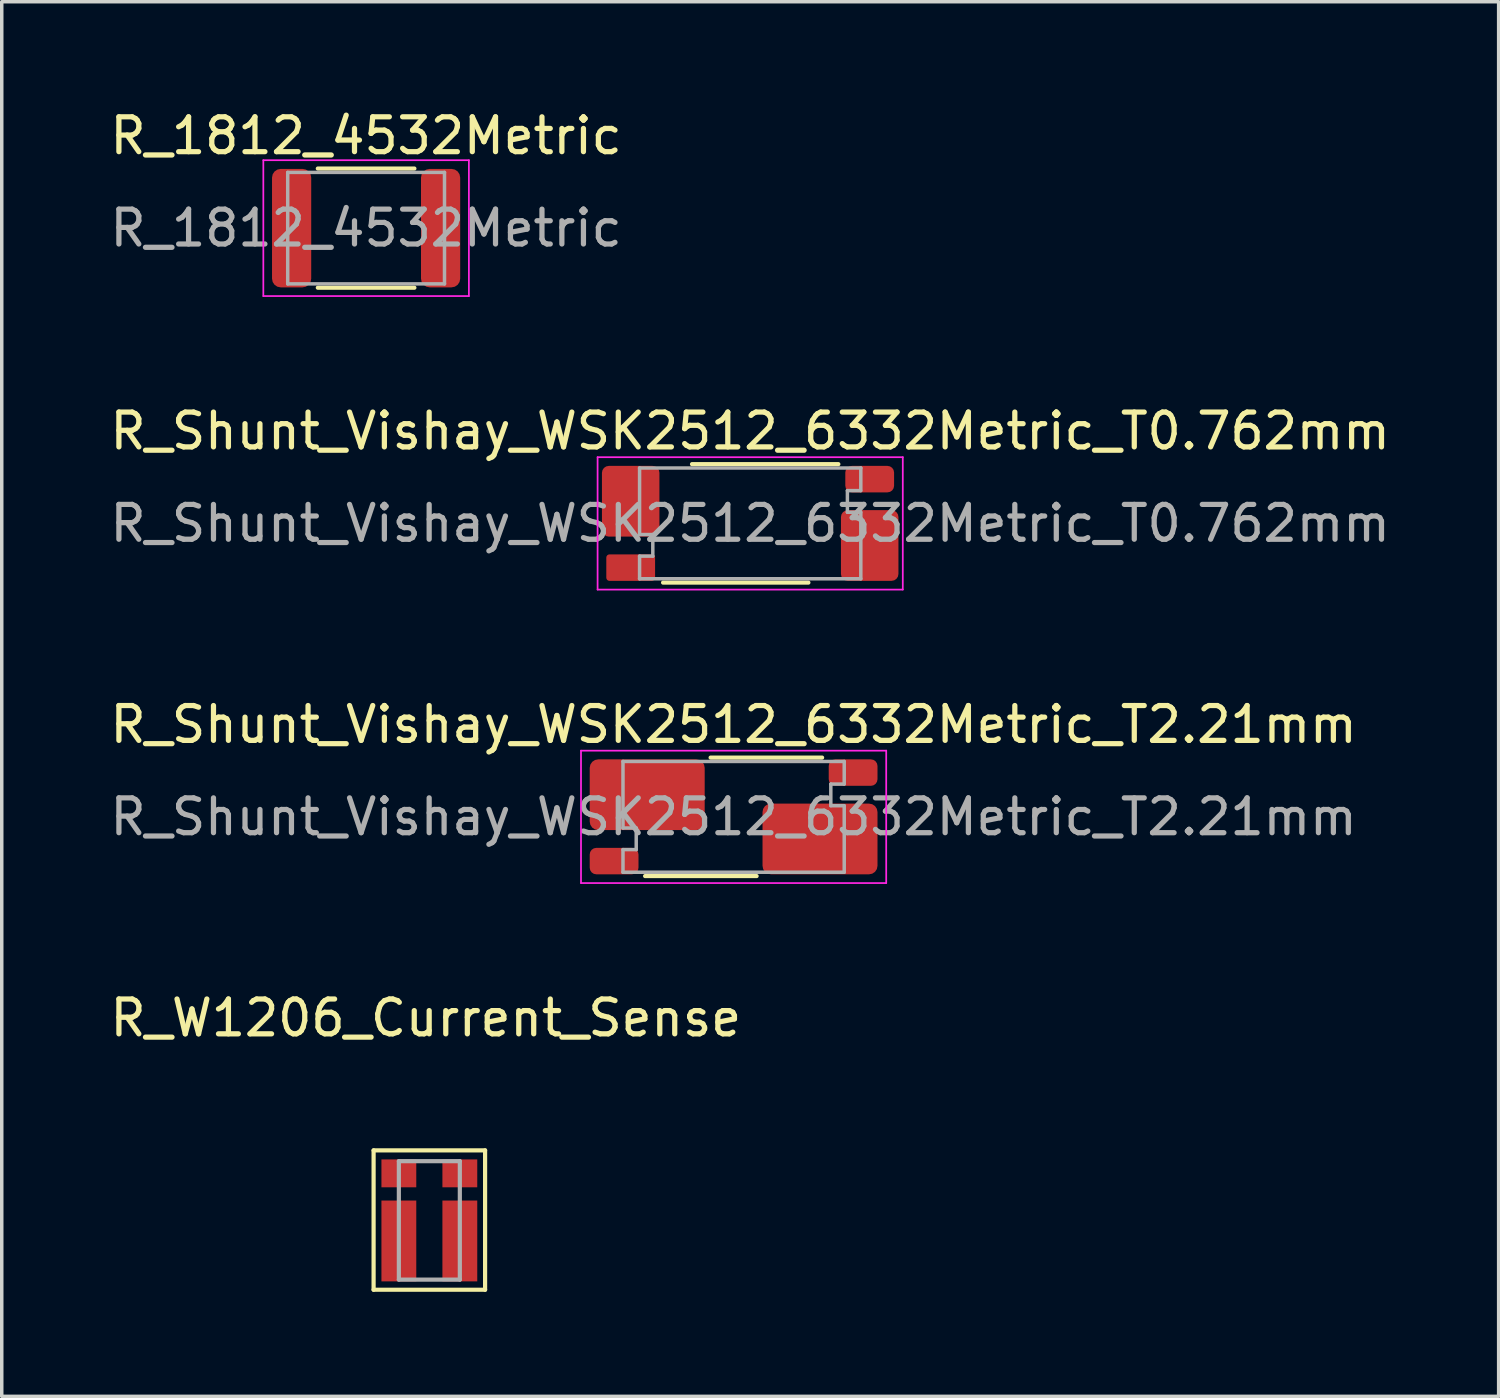
<source format=kicad_pcb>
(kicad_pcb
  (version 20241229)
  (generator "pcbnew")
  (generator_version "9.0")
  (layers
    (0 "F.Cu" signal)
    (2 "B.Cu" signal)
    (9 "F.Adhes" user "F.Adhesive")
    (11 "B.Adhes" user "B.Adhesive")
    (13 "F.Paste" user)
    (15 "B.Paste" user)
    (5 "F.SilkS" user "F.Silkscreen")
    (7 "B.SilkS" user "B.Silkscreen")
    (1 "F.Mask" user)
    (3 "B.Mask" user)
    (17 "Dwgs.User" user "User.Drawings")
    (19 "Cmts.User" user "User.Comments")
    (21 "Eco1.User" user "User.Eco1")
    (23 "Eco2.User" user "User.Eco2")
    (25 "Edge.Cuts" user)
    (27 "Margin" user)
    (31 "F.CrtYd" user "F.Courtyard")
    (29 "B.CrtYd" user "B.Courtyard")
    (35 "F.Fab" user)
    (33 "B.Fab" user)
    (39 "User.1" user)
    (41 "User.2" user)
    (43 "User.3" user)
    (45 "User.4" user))
  (footprint "R_W1206_Current_Sense"
    (layer "F.Cu")
    (at 9.273 32.568)
    (property "Reference" "R_W1206_Current_Sense" (at -0.1 -6.4 0) (layer "F.SilkS") (effects (font (size 1 1) (thickness 0.15))))
    (attr through_hole)
    (fp_line (start -1.6 -2.6) (end 1.6 -2.6) (stroke (width 0.12) (type solid)) (layer "F.SilkS"))
    (fp_line (start -1.6 1.4) (end -1.6 -2.6) (stroke (width 0.12) (type solid)) (layer "F.SilkS"))
    (fp_line (start 1.6 -2.6) (end 1.6 1.4) (stroke (width 0.12) (type solid)) (layer "F.SilkS"))
    (fp_line (start 1.6 1.4) (end -1.6 1.4) (stroke (width 0.12) (type solid)) (layer "F.SilkS"))
    (fp_line (start -0.875 -2.29) (end 0.875 -2.29) (stroke (width 0.12) (type solid)) (layer "F.Fab"))
    (fp_line (start -0.875 1.11) (end -0.875 -2.29) (stroke (width 0.12) (type solid)) (layer "F.Fab"))
    (fp_line (start 0.875 -2.29) (end 0.875 1.11) (stroke (width 0.12) (type solid)) (layer "F.Fab"))
    (fp_line (start 0.875 1.11) (end -0.875 1.11) (stroke (width 0.12) (type solid)) (layer "F.Fab"))
    (pad "1" smd rect (at -0.875 -1.94) (size 1 0.8) (layers "F.Cu" "F.Mask" "F.Paste"))
    (pad "2" smd rect (at -0.875 0) (size 1 2.32) (layers "F.Cu" "F.Mask" "F.Paste"))
    (pad "3" smd rect (at 0.875 0) (size 1 2.32) (layers "F.Cu" "F.Mask" "F.Paste"))
    (pad "4" smd rect (at 0.875 -1.94) (size 1 0.8) (layers "F.Cu" "F.Mask" "F.Paste")))
  (footprint "R_1812_4532Metric"
    (layer "F.Cu")
    (at 7.458 3.498)
    (property "Reference" "R_1812_4532Metric" (at 0 -2.65 0) (layer "F.SilkS") (effects (font (size 1 1) (thickness 0.15))))
    (attr smd)
    (fp_line (start -1.386 -1.71) (end 1.386 -1.71) (stroke (width 0.12) (type solid)) (layer "F.SilkS"))
    (fp_line (start -1.386 1.71) (end 1.386 1.71) (stroke (width 0.12) (type solid)) (layer "F.SilkS"))
    (fp_line (start -2.95 -1.95) (end 2.95 -1.95) (stroke (width 0.05) (type solid)) (layer "F.CrtYd"))
    (fp_line (start -2.95 1.95) (end -2.95 -1.95) (stroke (width 0.05) (type solid)) (layer "F.CrtYd"))
    (fp_line (start 2.95 -1.95) (end 2.95 1.95) (stroke (width 0.05) (type solid)) (layer "F.CrtYd"))
    (fp_line (start 2.95 1.95) (end -2.95 1.95) (stroke (width 0.05) (type solid)) (layer "F.CrtYd"))
    (fp_line (start -2.25 -1.6) (end 2.25 -1.6) (stroke (width 0.1) (type solid)) (layer "F.Fab"))
    (fp_line (start -2.25 1.6) (end -2.25 -1.6) (stroke (width 0.1) (type solid)) (layer "F.Fab"))
    (fp_line (start 2.25 -1.6) (end 2.25 1.6) (stroke (width 0.1) (type solid)) (layer "F.Fab"))
    (fp_line (start 2.25 1.6) (end -2.25 1.6) (stroke (width 0.1) (type solid)) (layer "F.Fab"))
    (fp_text user "${REFERENCE}" (at 0 0 0) (layer "F.Fab") (effects (font (size 1 1) (thickness 0.15))))
    (pad "1" smd roundrect (at -2.138 0) (size 1.125 3.4) (layers "F.Cu" "F.Mask" "F.Paste") (roundrect_rratio 0.222))
    (pad "2" smd roundrect (at 2.138 0) (size 1.125 3.4) (layers "F.Cu" "F.Mask" "F.Paste") (roundrect_rratio 0.222)))
  (footprint "R_Shunt_Vishay_WSK2512_6332Metric_T2.21mm"
    (layer "F.Cu")
    (at 18.006 20.395)
    (property "Reference" "R_Shunt_Vishay_WSK2512_6332Metric_T2.21mm" (at 0 -2.65 0) (layer "F.SilkS") (effects (font (size 1 1) (thickness 0.15))))
    (attr smd)
    (fp_line (start -2.54 1.7) (end 0.66 1.7) (stroke (width 0.12) (type solid)) (layer "F.SilkS"))
    (fp_line (start -0.66 -1.7) (end 2.54 -1.7) (stroke (width 0.12) (type solid)) (layer "F.SilkS"))
    (fp_line (start -4.38 -1.9) (end 4.38 -1.9) (stroke (width 0.05) (type solid)) (layer "F.CrtYd"))
    (fp_line (start -4.38 1.9) (end -4.38 -1.9) (stroke (width 0.05) (type solid)) (layer "F.CrtYd"))
    (fp_line (start 4.38 -1.9) (end 4.38 1.9) (stroke (width 0.05) (type solid)) (layer "F.CrtYd"))
    (fp_line (start 4.38 1.9) (end -4.38 1.9) (stroke (width 0.05) (type solid)) (layer "F.CrtYd"))
    (fp_line (start -3.175 -1.59) (end 3.175 -1.59) (stroke (width 0.1) (type solid)) (layer "F.Fab"))
    (fp_line (start -3.175 0.32) (end -3.175 -1.59) (stroke (width 0.1) (type solid)) (layer "F.Fab"))
    (fp_line (start -3.175 0.32) (end -2.795 0.32) (stroke (width 0.1) (type solid)) (layer "F.Fab"))
    (fp_line (start -3.175 0.94) (end -3.175 1.59) (stroke (width 0.1) (type solid)) (layer "F.Fab"))
    (fp_line (start -3.175 0.94) (end -2.795 0.94) (stroke (width 0.1) (type solid)) (layer "F.Fab"))
    (fp_line (start -2.795 0.94) (end -2.795 0.32) (stroke (width 0.1) (type solid)) (layer "F.Fab"))
    (fp_line (start 2.79 -0.94) (end 3.17 -0.94) (stroke (width 0.1) (type solid)) (layer "F.Fab"))
    (fp_line (start 2.79 -0.32) (end 2.79 -0.94) (stroke (width 0.1) (type solid)) (layer "F.Fab"))
    (fp_line (start 2.79 -0.32) (end 3.17 -0.32) (stroke (width 0.1) (type solid)) (layer "F.Fab"))
    (fp_line (start 3.175 -0.94) (end 3.175 -1.59) (stroke (width 0.1) (type solid)) (layer "F.Fab"))
    (fp_line (start 3.175 -0.32) (end 3.175 1.59) (stroke (width 0.1) (type solid)) (layer "F.Fab"))
    (fp_line (start 3.175 1.59) (end -3.175 1.59) (stroke (width 0.1) (type solid)) (layer "F.Fab"))
    (fp_text user "${REFERENCE}" (at 0 0 0) (layer "F.Fab") (effects (font (size 1 1) (thickness 0.15))))
    (pad "1" smd roundrect (at -2.48 -0.635) (size 3.3 2.03) (layers "F.Cu" "F.Mask" "F.Paste") (roundrect_rratio 0.12))
    (pad "2" smd roundrect (at -3.43 1.27) (size 1.4 0.76) (layers "F.Cu" "F.Mask" "F.Paste") (roundrect_rratio 0.25))
    (pad "3" smd roundrect (at 3.43 -1.27) (size 1.4 0.76) (layers "F.Cu" "F.Mask" "F.Paste") (roundrect_rratio 0.25))
    (pad "4" smd roundrect (at 2.48 0.635) (size 3.3 2.03) (layers "F.Cu" "F.Mask" "F.Paste") (roundrect_rratio 0.12)))
  (footprint "R_Shunt_Vishay_WSK2512_6332Metric_T0.762mm"
    (layer "F.Cu")
    (at 18.482 11.972)
    (property "Reference" "R_Shunt_Vishay_WSK2512_6332Metric_T0.762mm" (at 0 -2.65 0) (layer "F.SilkS") (effects (font (size 1 1) (thickness 0.15))))
    (attr smd)
    (fp_line (start -2.5 1.7) (end 1.67 1.7) (stroke (width 0.12) (type solid)) (layer "F.SilkS"))
    (fp_line (start -1.67 -1.7) (end 2.53 -1.7) (stroke (width 0.12) (type solid)) (layer "F.SilkS"))
    (fp_line (start -4.38 -1.9) (end 4.38 -1.9) (stroke (width 0.05) (type solid)) (layer "F.CrtYd"))
    (fp_line (start -4.38 1.9) (end -4.38 -1.9) (stroke (width 0.05) (type solid)) (layer "F.CrtYd"))
    (fp_line (start 4.38 -1.9) (end 4.38 1.9) (stroke (width 0.05) (type solid)) (layer "F.CrtYd"))
    (fp_line (start 4.38 1.9) (end -4.38 1.9) (stroke (width 0.05) (type solid)) (layer "F.CrtYd"))
    (fp_line (start -3.175 -1.59) (end 3.175 -1.59) (stroke (width 0.1) (type solid)) (layer "F.Fab"))
    (fp_line (start -3.175 0.32) (end -3.175 -1.59) (stroke (width 0.1) (type solid)) (layer "F.Fab"))
    (fp_line (start -3.175 0.32) (end -2.795 0.32) (stroke (width 0.1) (type solid)) (layer "F.Fab"))
    (fp_line (start -3.175 0.94) (end -3.175 1.59) (stroke (width 0.1) (type solid)) (layer "F.Fab"))
    (fp_line (start -3.175 0.94) (end -2.795 0.94) (stroke (width 0.1) (type solid)) (layer "F.Fab"))
    (fp_line (start -2.795 0.94) (end -2.795 0.32) (stroke (width 0.1) (type solid)) (layer "F.Fab"))
    (fp_line (start 2.79 -0.94) (end 3.17 -0.94) (stroke (width 0.1) (type solid)) (layer "F.Fab"))
    (fp_line (start 2.79 -0.32) (end 2.79 -0.94) (stroke (width 0.1) (type solid)) (layer "F.Fab"))
    (fp_line (start 2.79 -0.32) (end 3.17 -0.32) (stroke (width 0.1) (type solid)) (layer "F.Fab"))
    (fp_line (start 3.175 -0.94) (end 3.175 -1.59) (stroke (width 0.1) (type solid)) (layer "F.Fab"))
    (fp_line (start 3.175 -0.32) (end 3.175 1.59) (stroke (width 0.1) (type solid)) (layer "F.Fab"))
    (fp_line (start 3.175 1.59) (end -3.175 1.59) (stroke (width 0.1) (type solid)) (layer "F.Fab"))
    (fp_text user "${REFERENCE}" (at 0 0 0) (layer "F.Fab") (effects (font (size 1 1) (thickness 0.15))))
    (pad "1" smd roundrect (at -3.43 -0.635) (size 1.65 2.03) (layers "F.Cu" "F.Mask" "F.Paste") (roundrect_rratio 0.12))
    (pad "2" smd roundrect (at -3.43 1.27) (size 1.4 0.76) (layers "F.Cu" "F.Mask" "F.Paste") (roundrect_rratio 0.12))
    (pad "3" smd roundrect (at 3.43 -1.27) (size 1.4 0.76) (layers "F.Cu" "F.Mask" "F.Paste") (roundrect_rratio 0.25))
    (pad "4" smd roundrect (at 3.43 0.635) (size 1.65 2.03) (layers "F.Cu" "F.Mask" "F.Paste") (roundrect_rratio 0.12)))
  (gr_rect
    (start -3 -3)
    (end 39.964 37.028)
    (stroke (width 0.1) (type default))
    (fill no)
    (layer "Edge.Cuts")))
</source>
